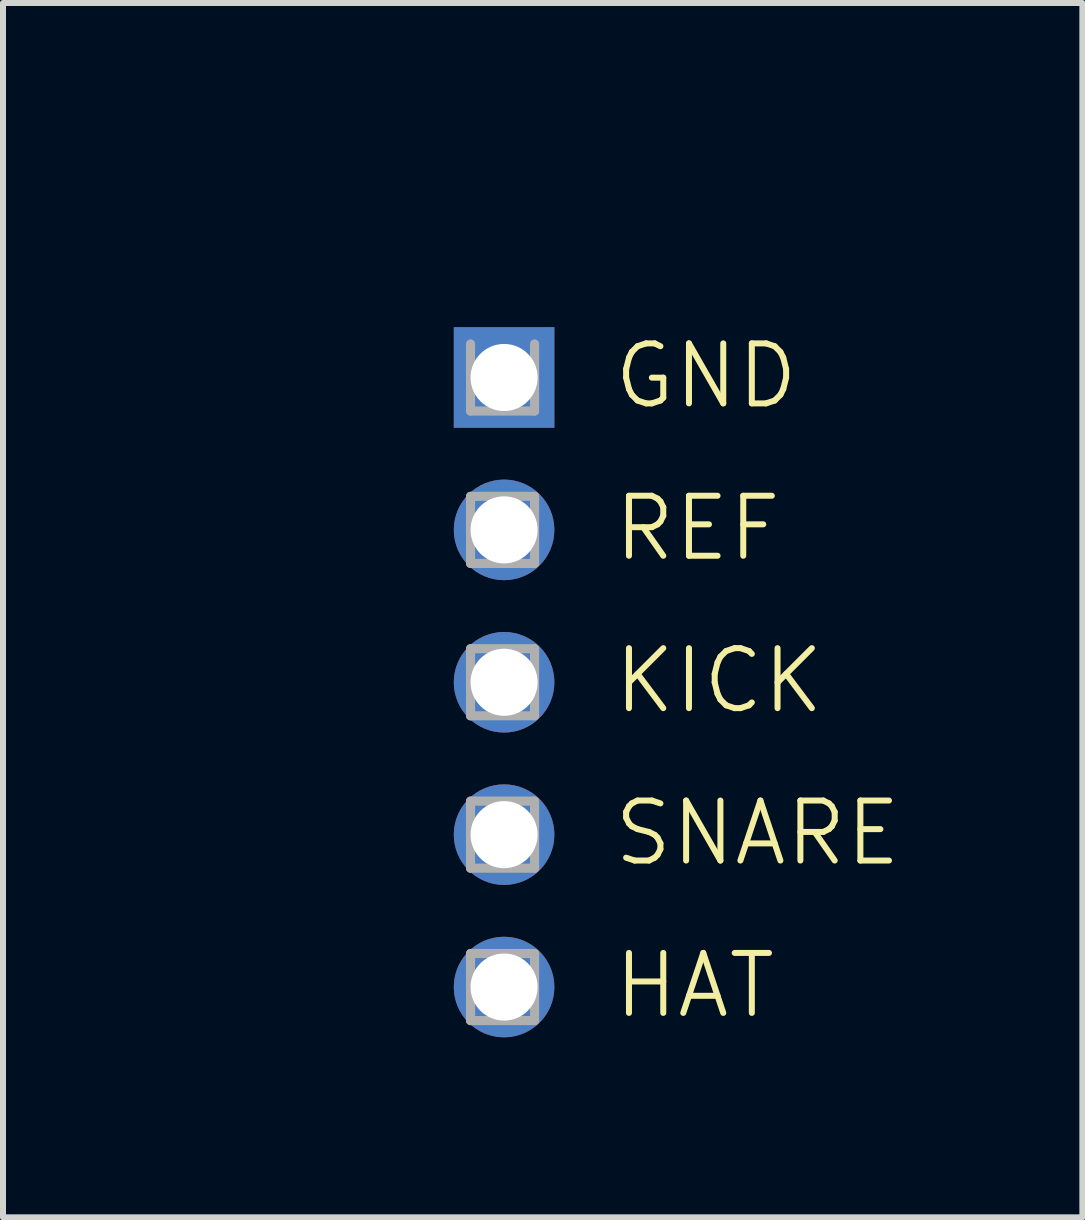
<source format=kicad_pcb>
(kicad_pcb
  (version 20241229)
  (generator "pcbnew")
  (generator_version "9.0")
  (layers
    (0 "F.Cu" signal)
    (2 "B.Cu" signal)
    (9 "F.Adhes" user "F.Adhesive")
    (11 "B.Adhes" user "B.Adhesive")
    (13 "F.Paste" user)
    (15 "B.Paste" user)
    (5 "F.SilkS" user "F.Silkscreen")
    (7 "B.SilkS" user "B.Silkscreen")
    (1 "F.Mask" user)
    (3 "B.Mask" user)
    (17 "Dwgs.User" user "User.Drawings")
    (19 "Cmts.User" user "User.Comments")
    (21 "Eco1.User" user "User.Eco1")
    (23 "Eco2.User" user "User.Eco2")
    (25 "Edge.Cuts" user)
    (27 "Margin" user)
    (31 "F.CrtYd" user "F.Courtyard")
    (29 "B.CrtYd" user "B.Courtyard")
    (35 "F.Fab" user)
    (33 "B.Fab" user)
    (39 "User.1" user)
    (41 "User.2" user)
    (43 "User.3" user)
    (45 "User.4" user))
  (footprint "OUTPUT_PINS_5"
    (layer "F.Cu")
    (at 5.86 7.611)
    (property "Reference" "OUTPUT_PINS_5" (at 0 -6.85 0) (unlocked yes) (layer "User.1") (effects (font (size 1 1) (thickness 0.1))))
    (attr through_hole)
    (fp_line (start -1.067 -4.928) (end -1.067 -3.81) (stroke (width 0.152) (type solid)) (layer "F.Fab"))
    (fp_line (start -1.067 -3.81) (end 0 -3.81) (stroke (width 0.152) (type solid)) (layer "F.Fab"))
    (fp_line (start -1.067 -2.388) (end -1.067 -1.27) (stroke (width 0.152) (type solid)) (layer "F.Fab"))
    (fp_line (start -1.067 -1.27) (end 0 -1.27) (stroke (width 0.152) (type solid)) (layer "F.Fab"))
    (fp_line (start -1.067 0.152) (end -1.067 1.27) (stroke (width 0.152) (type solid)) (layer "F.Fab"))
    (fp_line (start -1.067 1.27) (end 0 1.27) (stroke (width 0.152) (type solid)) (layer "F.Fab"))
    (fp_line (start -1.067 2.692) (end -1.067 3.81) (stroke (width 0.152) (type solid)) (layer "F.Fab"))
    (fp_line (start -1.067 3.81) (end 0 3.81) (stroke (width 0.152) (type solid)) (layer "F.Fab"))
    (fp_line (start -1.067 5.232) (end -1.067 6.35) (stroke (width 0.152) (type solid)) (layer "F.Fab"))
    (fp_line (start -1.067 6.35) (end 0 6.35) (stroke (width 0.152) (type solid)) (layer "F.Fab"))
    (fp_line (start 0 -3.81) (end 0 -4.928) (stroke (width 0.152) (type solid)) (layer "F.Fab"))
    (fp_line (start 0 -2.388) (end -1.067 -2.388) (stroke (width 0.152) (type solid)) (layer "F.Fab"))
    (fp_line (start 0 -1.27) (end 0 -2.388) (stroke (width 0.152) (type solid)) (layer "F.Fab"))
    (fp_line (start 0 0.152) (end -1.067 0.152) (stroke (width 0.152) (type solid)) (layer "F.Fab"))
    (fp_line (start 0 1.27) (end 0 0.152) (stroke (width 0.152) (type solid)) (layer "F.Fab"))
    (fp_line (start 0 2.692) (end -1.067 2.692) (stroke (width 0.152) (type solid)) (layer "F.Fab"))
    (fp_line (start 0 3.81) (end 0 2.692) (stroke (width 0.152) (type solid)) (layer "F.Fab"))
    (fp_line (start 0 5.232) (end -1.067 5.232) (stroke (width 0.152) (type solid)) (layer "F.Fab"))
    (fp_line (start 0 6.35) (end 0 5.232) (stroke (width 0.152) (type solid)) (layer "F.Fab"))
    (fp_text user "SNARE" (at 1.27 3.81 0) (unlocked yes) (layer "F.SilkS") (effects (font (size 1 1) (thickness 0.1)) (justify left bottom)))
    (fp_text user "REF" (at 1.27 -1.27 0) (unlocked yes) (layer "F.SilkS") (effects (font (size 1 1) (thickness 0.1)) (justify left bottom)))
    (fp_text user "HAT" (at 1.27 6.35 0) (unlocked yes) (layer "F.SilkS") (effects (font (size 1 1) (thickness 0.1)) (justify left bottom)))
    (fp_text user "KICK" (at 1.27 1.27 0) (unlocked yes) (layer "F.SilkS") (effects (font (size 1 1) (thickness 0.1)) (justify left bottom)))
    (fp_text user "GND" (at 1.27 -3.81 0) (unlocked yes) (layer "F.SilkS") (effects (font (size 1 1) (thickness 0.1)) (justify left bottom)))
    (pad "1" thru_hole rect (at -0.508 -4.369) (size 1.676 1.676) (drill 1.118) (layers "*.Cu" "*.Mask"))
    (pad "2" thru_hole circle (at -0.508 -1.829) (size 1.676 1.676) (drill 1.118) (layers "*.Cu" "*.Mask"))
    (pad "3" thru_hole circle (at -0.508 0.711) (size 1.676 1.676) (drill 1.118) (layers "*.Cu" "*.Mask"))
    (pad "4" thru_hole circle (at -0.508 3.251) (size 1.676 1.676) (drill 1.118) (layers "*.Cu" "*.Mask"))
    (pad "5" thru_hole circle (at -0.508 5.791) (size 1.676 1.676) (drill 1.118) (layers "*.Cu" "*.Mask")))
  (gr_rect
    (start -3 -3)
    (end 14.991 17.24)
    (stroke (width 0.1) (type default))
    (fill no)
    (layer "Edge.Cuts")))
</source>
